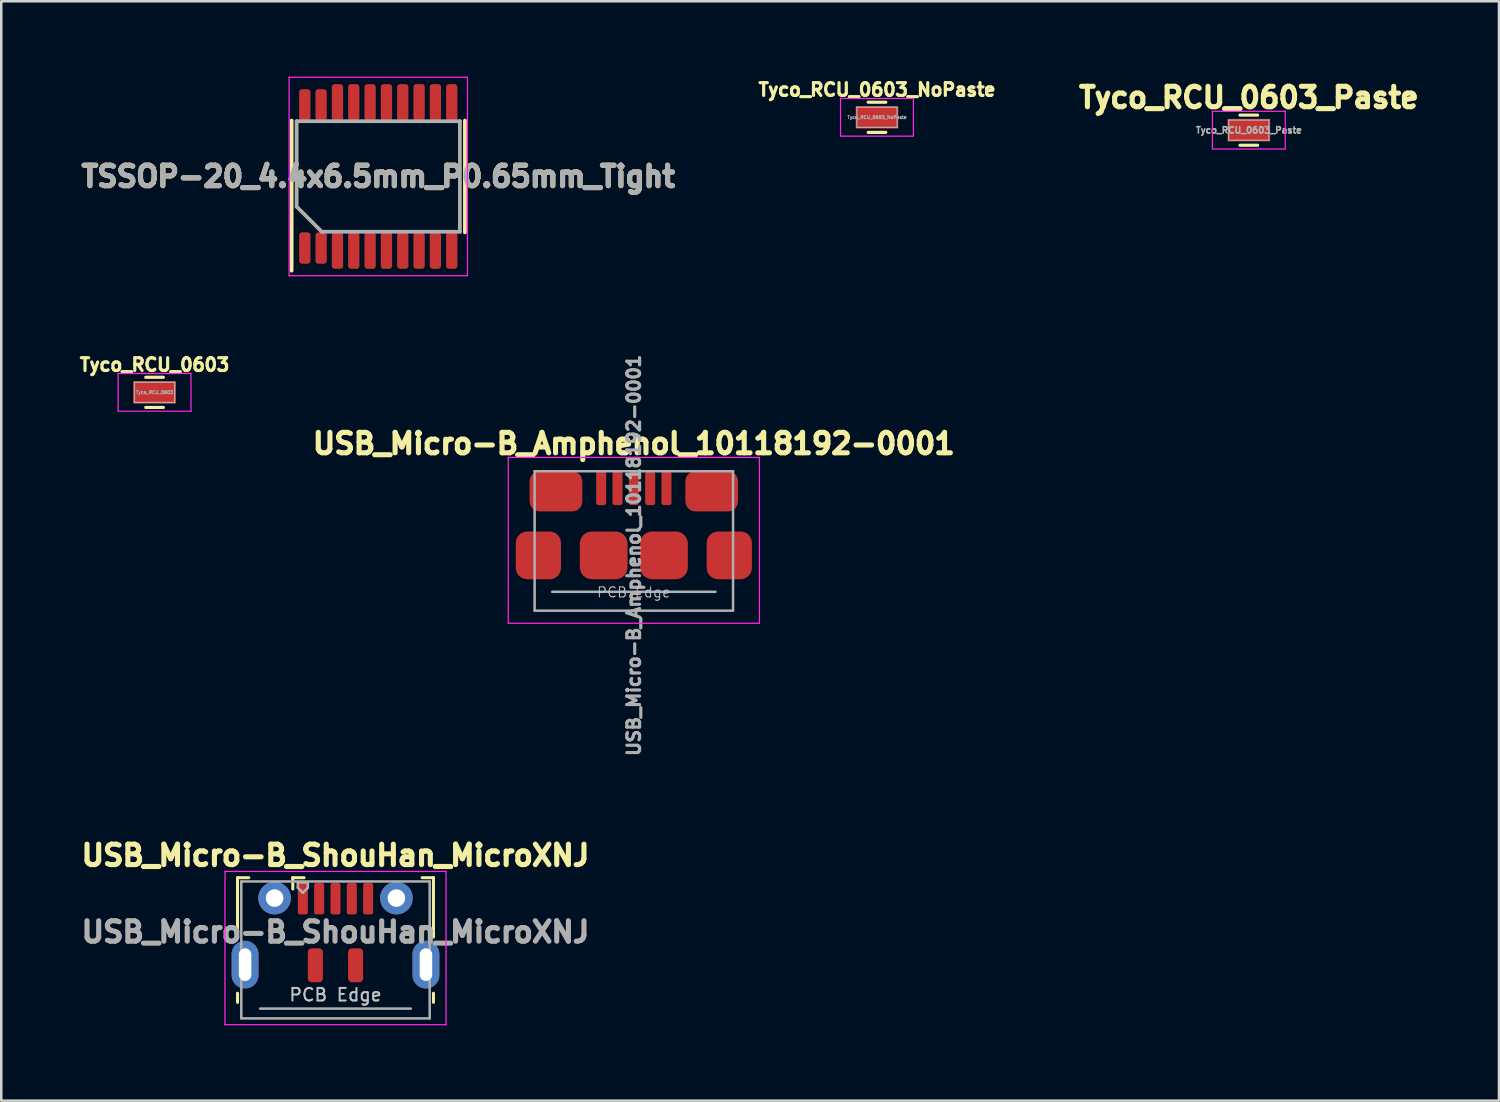
<source format=kicad_pcb>
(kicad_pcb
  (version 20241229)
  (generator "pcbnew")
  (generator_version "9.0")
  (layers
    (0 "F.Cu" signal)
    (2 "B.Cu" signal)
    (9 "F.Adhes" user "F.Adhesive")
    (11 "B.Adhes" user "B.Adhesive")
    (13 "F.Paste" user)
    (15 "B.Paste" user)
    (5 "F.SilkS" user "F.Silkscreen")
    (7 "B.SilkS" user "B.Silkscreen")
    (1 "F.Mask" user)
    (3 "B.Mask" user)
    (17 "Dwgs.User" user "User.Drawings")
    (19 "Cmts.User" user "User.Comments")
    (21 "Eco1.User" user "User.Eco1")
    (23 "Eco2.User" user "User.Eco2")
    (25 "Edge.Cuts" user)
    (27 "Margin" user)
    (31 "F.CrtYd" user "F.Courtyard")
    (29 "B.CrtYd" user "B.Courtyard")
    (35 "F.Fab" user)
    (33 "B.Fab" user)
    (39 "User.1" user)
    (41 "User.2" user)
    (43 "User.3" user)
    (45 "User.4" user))
  (footprint "USB_Micro-B_ShouHan_MicroXNJ"
    (layer "F.Cu")
    (at 10.306 34.103)
    (property "Reference" "USB_Micro-B_ShouHan_MicroXNJ" (at 0 -0.05 0) (layer "F.Fab") (effects (font (size 0.813 0.813) (thickness 0.203))))
    (attr smd)
    (fp_line (start -3.9 -2.212) (end -3.45 -2.212) (stroke (width 0.12) (type solid)) (layer "F.SilkS"))
    (fp_line (start -3.9 0.15) (end -3.9 -2.212) (stroke (width 0.12) (type solid)) (layer "F.SilkS"))
    (fp_line (start -3.9 2.75) (end -3.9 2.388) (stroke (width 0.12) (type solid)) (layer "F.SilkS"))
    (fp_line (start -1.7 -2.212) (end -1.7 -1.762) (stroke (width 0.12) (type solid)) (layer "F.SilkS"))
    (fp_line (start -1.7 -2.212) (end -1.25 -2.212) (stroke (width 0.12) (type solid)) (layer "F.SilkS"))
    (fp_line (start 3.9 -2.212) (end 3.45 -2.212) (stroke (width 0.12) (type solid)) (layer "F.SilkS"))
    (fp_line (start 3.9 0.15) (end 3.9 -2.212) (stroke (width 0.12) (type solid)) (layer "F.SilkS"))
    (fp_line (start 3.9 2.75) (end 3.9 2.388) (stroke (width 0.12) (type solid)) (layer "F.SilkS"))
    (fp_line (start -4.4 -2.46) (end 4.4 -2.46) (stroke (width 0.05) (type solid)) (layer "F.CrtYd"))
    (fp_line (start -4.4 3.64) (end -4.4 -2.46) (stroke (width 0.05) (type solid)) (layer "F.CrtYd"))
    (fp_line (start -4.4 3.64) (end 4.4 3.64) (stroke (width 0.05) (type solid)) (layer "F.CrtYd"))
    (fp_line (start 4.4 -2.46) (end 4.4 3.64) (stroke (width 0.05) (type solid)) (layer "F.CrtYd"))
    (fp_line (start -3.75 -2.062) (end 3.75 -2.062) (stroke (width 0.1) (type solid)) (layer "F.Fab"))
    (fp_line (start -3.75 3.389) (end -3.75 -2.062) (stroke (width 0.1) (type solid)) (layer "F.Fab"))
    (fp_line (start -3.75 3.389) (end 3.75 3.389) (stroke (width 0.1) (type solid)) (layer "F.Fab"))
    (fp_line (start -3 3) (end 3 3) (stroke (width 0.1) (type solid)) (layer "F.Fab"))
    (fp_line (start -1.5 -2.022) (end -1.5 -1.812) (stroke (width 0.1) (type solid)) (layer "F.Fab"))
    (fp_line (start -1.5 -2.022) (end -1.1 -2.022) (stroke (width 0.1) (type solid)) (layer "F.Fab"))
    (fp_line (start -1.3 -1.613) (end -1.5 -1.812) (stroke (width 0.1) (type solid)) (layer "F.Fab"))
    (fp_line (start -1.1 -2.022) (end -1.1 -1.812) (stroke (width 0.1) (type solid)) (layer "F.Fab"))
    (fp_line (start -1.1 -1.812) (end -1.3 -1.613) (stroke (width 0.1) (type solid)) (layer "F.Fab"))
    (fp_line (start 3.75 3.389) (end 3.75 -2.062) (stroke (width 0.1) (type solid)) (layer "F.Fab"))
    (fp_text user "${REFERENCE}" (at 0 -3.1 0) (layer "F.SilkS") (effects (font (size 0.813 0.813) (thickness 0.203))))
    (fp_text user "PCB Edge" (at 0 2.45 0) (layer "Dwgs.User") (effects (font (size 0.5 0.5) (thickness 0.08))))
    (pad "1" smd roundrect (at -1.3 -1.375) (size 0.4 1.25) (layers "F.Cu" "F.Mask" "F.Paste") (roundrect_rratio 0.2))
    (pad "2" smd roundrect (at -0.65 -1.375) (size 0.4 1.25) (layers "F.Cu" "F.Mask" "F.Paste") (roundrect_rratio 0.2))
    (pad "3" smd roundrect (at 0 -1.375) (size 0.4 1.25) (layers "F.Cu" "F.Mask" "F.Paste") (roundrect_rratio 0.2))
    (pad "4" smd roundrect (at 0.65 -1.375) (size 0.4 1.25) (layers "F.Cu" "F.Mask" "F.Paste") (roundrect_rratio 0.2))
    (pad "5" smd roundrect (at 1.3 -1.375) (size 0.4 1.25) (layers "F.Cu" "F.Mask" "F.Paste") (roundrect_rratio 0.2))
    (pad "6" thru_hole oval (at -3.6 1.25 180) (size 1.07 1.9) (drill oval 0.5 1.3) (layers "*.Cu" "*.Mask"))
    (pad "6" thru_hole circle (at -2.425 -1.4) (size 1.3 1.3) (drill 0.7) (layers "*.Cu" "*.Mask"))
    (pad "6" smd roundrect (at -0.8 1.275) (size 0.6 1.35) (layers "F.Cu" "F.Mask" "F.Paste") (roundrect_rratio 0.25))
    (pad "6" smd roundrect (at 0.8 1.275) (size 0.6 1.35) (layers "F.Cu" "F.Mask" "F.Paste") (roundrect_rratio 0.25))
    (pad "6" thru_hole circle (at 2.425 -1.4) (size 1.3 1.3) (drill 0.7) (layers "*.Cu" "*.Mask"))
    (pad "6" thru_hole oval (at 3.6 1.25) (size 1.07 1.9) (drill oval 0.5 1.3) (layers "*.Cu" "*.Mask")))
  (footprint "USB_Micro-B_Amphenol_10118192-0001"
    (layer "F.Cu")
    (at 22.183 18.51)
    (property "Reference" "USB_Micro-B_Amphenol_10118192-0001" (at 0 0.55 90) (layer "F.Fab") (effects (font (size 0.508 0.508) (thickness 0.127))))
    (attr smd)
    (fp_line (start -5 -3.35) (end 5 -3.35) (stroke (width 0.05) (type solid)) (layer "F.CrtYd"))
    (fp_line (start -5 3.25) (end -5 -3.35) (stroke (width 0.05) (type solid)) (layer "F.CrtYd"))
    (fp_line (start 5 -3.35) (end 5 3.25) (stroke (width 0.05) (type solid)) (layer "F.CrtYd"))
    (fp_line (start 5 3.25) (end -5 3.25) (stroke (width 0.05) (type solid)) (layer "F.CrtYd"))
    (fp_line (start -3.95 -2.8) (end 3.95 -2.8) (stroke (width 0.1) (type solid)) (layer "F.Fab"))
    (fp_line (start -3.95 2.75) (end -3.95 -2.8) (stroke (width 0.1) (type solid)) (layer "F.Fab"))
    (fp_line (start -3.25 2) (end 3.25 2) (stroke (width 0.1) (type solid)) (layer "F.Fab"))
    (fp_line (start 3.95 -2.8) (end 3.95 2.75) (stroke (width 0.1) (type solid)) (layer "F.Fab"))
    (fp_line (start 3.95 2.75) (end -3.95 2.75) (stroke (width 0.1) (type solid)) (layer "F.Fab"))
    (fp_text user "${REFERENCE}" (at 0 -3.9 180) (layer "F.SilkS") (effects (font (size 0.813 0.813) (thickness 0.203))))
    (fp_text user "PCB Edge" (at 0 2.02 180) (layer "Dwgs.User") (effects (font (size 0.4 0.4) (thickness 0.04))))
    (pad "1" smd roundrect (at -1.3 -2.125) (size 0.4 1.35) (layers "F.Cu" "F.Mask" "F.Paste") (roundrect_rratio 0.25))
    (pad "2" smd roundrect (at -0.65 -2.125) (size 0.4 1.35) (layers "F.Cu" "F.Mask" "F.Paste") (roundrect_rratio 0.25))
    (pad "3" smd roundrect (at 0 -2.125) (size 0.4 1.35) (layers "F.Cu" "F.Mask" "F.Paste") (roundrect_rratio 0.25))
    (pad "4" smd roundrect (at 0.65 -2.125) (size 0.4 1.35) (layers "F.Cu" "F.Mask" "F.Paste") (roundrect_rratio 0.25))
    (pad "5" smd roundrect (at 1.3 -2.125) (size 0.4 1.35) (layers "F.Cu" "F.Mask" "F.Paste") (roundrect_rratio 0.25))
    (pad "6" smd roundrect (at -3.8 0.55) (size 1.8 1.9) (layers "F.Cu" "F.Mask" "F.Paste") (roundrect_rratio 0.25))
    (pad "6" smd roundrect (at -3.1 -2) (size 2.1 1.6) (layers "F.Cu" "F.Mask" "F.Paste") (roundrect_rratio 0.25))
    (pad "6" smd roundrect (at -1.2 0.55) (size 1.9 1.9) (layers "F.Cu" "F.Mask" "F.Paste") (roundrect_rratio 0.25))
    (pad "6" smd roundrect (at 1.2 0.55) (size 1.9 1.9) (layers "F.Cu" "F.Mask" "F.Paste") (roundrect_rratio 0.25))
    (pad "6" smd roundrect (at 3.1 -2) (size 2.1 1.6) (layers "F.Cu" "F.Mask" "F.Paste") (roundrect_rratio 0.25))
    (pad "6" smd roundrect (at 3.8 0.55) (size 1.8 1.9) (layers "F.Cu" "F.Mask" "F.Paste") (roundrect_rratio 0.25)))
  (footprint "Tyco_RCU_0603_Paste"
    (layer "F.Cu")
    (at 46.666 2.132)
    (property "Reference" "Tyco_RCU_0603_Paste" (at 0 0 0) (layer "F.Fab") (effects (font (size 0.254 0.254) (thickness 0.064))))
    (attr smd)
    (fp_line (start -0.35 -0.6) (end 0.35 -0.6) (stroke (width 0.127) (type solid)) (layer "F.SilkS"))
    (fp_line (start 0.35 0.6) (end -0.35 0.6) (stroke (width 0.127) (type solid)) (layer "F.SilkS"))
    (fp_line (start -1.45 -0.75) (end -1.45 0.75) (stroke (width 0.05) (type solid)) (layer "F.CrtYd"))
    (fp_line (start -1.45 -0.75) (end 1.45 -0.75) (stroke (width 0.05) (type solid)) (layer "F.CrtYd"))
    (fp_line (start -1.45 0.75) (end 1.45 0.75) (stroke (width 0.05) (type solid)) (layer "F.CrtYd"))
    (fp_line (start 1.45 -0.75) (end 1.45 0.75) (stroke (width 0.05) (type solid)) (layer "F.CrtYd"))
    (fp_line (start -0.8 -0.4) (end 0.8 -0.4) (stroke (width 0.05) (type solid)) (layer "F.Fab"))
    (fp_line (start -0.8 0.4) (end -0.8 -0.4) (stroke (width 0.05) (type solid)) (layer "F.Fab"))
    (fp_line (start 0.8 -0.4) (end 0.8 0.4) (stroke (width 0.05) (type solid)) (layer "F.Fab"))
    (fp_line (start 0.8 0.4) (end -0.8 0.4) (stroke (width 0.05) (type solid)) (layer "F.Fab"))
    (fp_text user "${REFERENCE}" (at 0 -1.3 0) (layer "F.SilkS") (effects (font (size 0.813 0.813) (thickness 0.203))))
    (pad "1" smd rect (at 0 0) (size 1.7 0.9) (layers "F.Cu" "F.Mask" "F.Paste")))
  (footprint "Tyco_RCU_0603"
    (layer "F.Cu")
    (at 3.103 12.57)
    (property "Reference" "Tyco_RCU_0603" (at 0 -1.1 0) (layer "F.SilkS") (effects (font (size 0.508 0.508) (thickness 0.127))))
    (attr smd)
    (fp_line (start -0.35 -0.6) (end 0.35 -0.6) (stroke (width 0.127) (type solid)) (layer "F.SilkS"))
    (fp_line (start 0.35 0.6) (end -0.35 0.6) (stroke (width 0.127) (type solid)) (layer "F.SilkS"))
    (fp_line (start -1.45 -0.75) (end -1.45 0.75) (stroke (width 0.05) (type solid)) (layer "F.CrtYd"))
    (fp_line (start -1.45 -0.75) (end 1.45 -0.75) (stroke (width 0.05) (type solid)) (layer "F.CrtYd"))
    (fp_line (start -1.45 0.75) (end 1.45 0.75) (stroke (width 0.05) (type solid)) (layer "F.CrtYd"))
    (fp_line (start 1.45 -0.75) (end 1.45 0.75) (stroke (width 0.05) (type solid)) (layer "F.CrtYd"))
    (fp_line (start -0.8 -0.4) (end 0.8 -0.4) (stroke (width 0.05) (type solid)) (layer "F.Fab"))
    (fp_line (start -0.8 0.4) (end -0.8 -0.4) (stroke (width 0.05) (type solid)) (layer "F.Fab"))
    (fp_line (start 0.8 -0.4) (end 0.8 0.4) (stroke (width 0.05) (type solid)) (layer "F.Fab"))
    (fp_line (start 0.8 0.4) (end -0.8 0.4) (stroke (width 0.05) (type solid)) (layer "F.Fab"))
    (fp_text user "${REFERENCE}" (at 0 0 0) (layer "F.Fab") (effects (font (size 0.127 0.127) (thickness 0.032))))
    (pad "1" smd rect (at 0 0) (size 1.7 0.9) (layers "F.Cu" "F.Mask" "F.Paste")))
  (footprint "TSSOP-20_4.4x6.5mm_P0.65mm_Tight"
    (layer "F.Cu")
    (at 12.009 3.975)
    (property "Reference" "TSSOP-20_4.4x6.5mm_P0.65mm_Tight" (at 0 0 180) (layer "F.Fab") (effects (font (size 0.813 0.813) (thickness 0.203))))
    (attr smd)
    (fp_line (start -3.45 3.75) (end -3.45 -2.225) (stroke (width 0.15) (type solid)) (layer "F.SilkS"))
    (fp_line (start 3.45 2.225) (end 3.45 -2.225) (stroke (width 0.15) (type solid)) (layer "F.SilkS"))
    (fp_line (start -3.55 -3.95) (end 3.55 -3.95) (stroke (width 0.05) (type solid)) (layer "F.CrtYd"))
    (fp_line (start -3.55 3.95) (end -3.55 -3.95) (stroke (width 0.05) (type solid)) (layer "F.CrtYd"))
    (fp_line (start -3.55 3.95) (end 3.55 3.95) (stroke (width 0.05) (type solid)) (layer "F.CrtYd"))
    (fp_line (start 3.55 3.95) (end 3.55 -3.95) (stroke (width 0.05) (type solid)) (layer "F.CrtYd"))
    (fp_line (start -3.25 -2.2) (end 3.25 -2.2) (stroke (width 0.15) (type solid)) (layer "F.Fab"))
    (fp_line (start -3.25 1.2) (end -3.25 -2.2) (stroke (width 0.15) (type solid)) (layer "F.Fab"))
    (fp_line (start -2.25 2.2) (end -3.25 1.2) (stroke (width 0.15) (type solid)) (layer "F.Fab"))
    (fp_line (start 3.25 -2.2) (end 3.25 2.2) (stroke (width 0.15) (type solid)) (layer "F.Fab"))
    (fp_line (start 3.25 2.2) (end -2.25 2.2) (stroke (width 0.15) (type solid)) (layer "F.Fab"))
    (fp_text user "${REFERENCE}" (at 0 0 0) (layer "F.SilkS") (effects (font (size 0.813 0.813) (thickness 0.203))))
    (pad "1" smd roundrect (at -2.925 2.85 90) (size 1.25 0.45) (layers "F.Cu" "F.Mask" "F.Paste") (roundrect_rratio 0.25))
    (pad "2" smd roundrect (at -2.275 2.85 90) (size 1.25 0.45) (layers "F.Cu" "F.Mask" "F.Paste") (roundrect_rratio 0.25))
    (pad "3" smd roundrect (at -1.625 2.95 90) (size 1.45 0.45) (layers "F.Cu" "F.Mask" "F.Paste") (roundrect_rratio 0.25))
    (pad "4" smd roundrect (at -0.975 2.95 90) (size 1.45 0.45) (layers "F.Cu" "F.Mask" "F.Paste") (roundrect_rratio 0.25))
    (pad "5" smd roundrect (at -0.325 2.95 90) (size 1.45 0.45) (layers "F.Cu" "F.Mask" "F.Paste") (roundrect_rratio 0.25))
    (pad "6" smd roundrect (at 0.325 2.95 90) (size 1.45 0.45) (layers "F.Cu" "F.Mask" "F.Paste") (roundrect_rratio 0.25))
    (pad "7" smd roundrect (at 0.975 2.95 90) (size 1.45 0.45) (layers "F.Cu" "F.Mask" "F.Paste") (roundrect_rratio 0.25))
    (pad "8" smd roundrect (at 1.625 2.95 90) (size 1.45 0.45) (layers "F.Cu" "F.Mask" "F.Paste") (roundrect_rratio 0.25))
    (pad "9" smd roundrect (at 2.275 2.95 90) (size 1.45 0.45) (layers "F.Cu" "F.Mask" "F.Paste") (roundrect_rratio 0.25))
    (pad "10" smd roundrect (at 2.925 2.95 90) (size 1.45 0.45) (layers "F.Cu" "F.Mask" "F.Paste") (roundrect_rratio 0.25))
    (pad "11" smd roundrect (at 2.925 -2.95 90) (size 1.45 0.45) (layers "F.Cu" "F.Mask" "F.Paste") (roundrect_rratio 0.25))
    (pad "12" smd roundrect (at 2.275 -2.95 90) (size 1.45 0.45) (layers "F.Cu" "F.Mask" "F.Paste") (roundrect_rratio 0.25))
    (pad "13" smd roundrect (at 1.625 -2.95 90) (size 1.45 0.45) (layers "F.Cu" "F.Mask" "F.Paste") (roundrect_rratio 0.25))
    (pad "14" smd roundrect (at 0.975 -2.95 90) (size 1.45 0.45) (layers "F.Cu" "F.Mask" "F.Paste") (roundrect_rratio 0.25))
    (pad "15" smd roundrect (at 0.325 -2.95 90) (size 1.45 0.45) (layers "F.Cu" "F.Mask" "F.Paste") (roundrect_rratio 0.25))
    (pad "16" smd roundrect (at -0.325 -2.95 90) (size 1.45 0.45) (layers "F.Cu" "F.Mask" "F.Paste") (roundrect_rratio 0.25))
    (pad "17" smd roundrect (at -0.975 -2.95 90) (size 1.45 0.45) (layers "F.Cu" "F.Mask" "F.Paste") (roundrect_rratio 0.25))
    (pad "18" smd roundrect (at -1.625 -2.95 90) (size 1.45 0.45) (layers "F.Cu" "F.Mask" "F.Paste") (roundrect_rratio 0.25))
    (pad "19" smd roundrect (at -2.275 -2.85 90) (size 1.25 0.45) (layers "F.Cu" "F.Mask" "F.Paste") (roundrect_rratio 0.25))
    (pad "20" smd roundrect (at -2.925 -2.85 90) (size 1.25 0.45) (layers "F.Cu" "F.Mask" "F.Paste") (roundrect_rratio 0.25)))
  (footprint "Tyco_RCU_0603_NoPaste"
    (layer "F.Cu")
    (at 31.863 1.62)
    (property "Reference" "Tyco_RCU_0603_NoPaste" (at 0 -1.1 0) (layer "F.SilkS") (effects (font (size 0.508 0.508) (thickness 0.127))))
    (attr smd)
    (fp_line (start -0.35 -0.6) (end 0.35 -0.6) (stroke (width 0.127) (type solid)) (layer "F.SilkS"))
    (fp_line (start 0.35 0.6) (end -0.35 0.6) (stroke (width 0.127) (type solid)) (layer "F.SilkS"))
    (fp_line (start -1.45 -0.75) (end -1.45 0.75) (stroke (width 0.05) (type solid)) (layer "F.CrtYd"))
    (fp_line (start -1.45 -0.75) (end 1.45 -0.75) (stroke (width 0.05) (type solid)) (layer "F.CrtYd"))
    (fp_line (start -1.45 0.75) (end 1.45 0.75) (stroke (width 0.05) (type solid)) (layer "F.CrtYd"))
    (fp_line (start 1.45 -0.75) (end 1.45 0.75) (stroke (width 0.05) (type solid)) (layer "F.CrtYd"))
    (fp_line (start -0.8 -0.4) (end 0.8 -0.4) (stroke (width 0.05) (type solid)) (layer "F.Fab"))
    (fp_line (start -0.8 0.4) (end -0.8 -0.4) (stroke (width 0.05) (type solid)) (layer "F.Fab"))
    (fp_line (start 0.8 -0.4) (end 0.8 0.4) (stroke (width 0.05) (type solid)) (layer "F.Fab"))
    (fp_line (start 0.8 0.4) (end -0.8 0.4) (stroke (width 0.05) (type solid)) (layer "F.Fab"))
    (fp_text user "${REFERENCE}" (at 0 0 0) (layer "F.Fab") (effects (font (size 0.127 0.127) (thickness 0.032))))
    (pad "1" smd rect (at 0 0) (size 1.7 0.9) (layers "F.Cu" "F.Mask")))
  (gr_rect
    (start -3 -3)
    (end 56.624 40.768)
    (stroke (width 0.1) (type default))
    (fill no)
    (layer "Edge.Cuts")))
</source>
